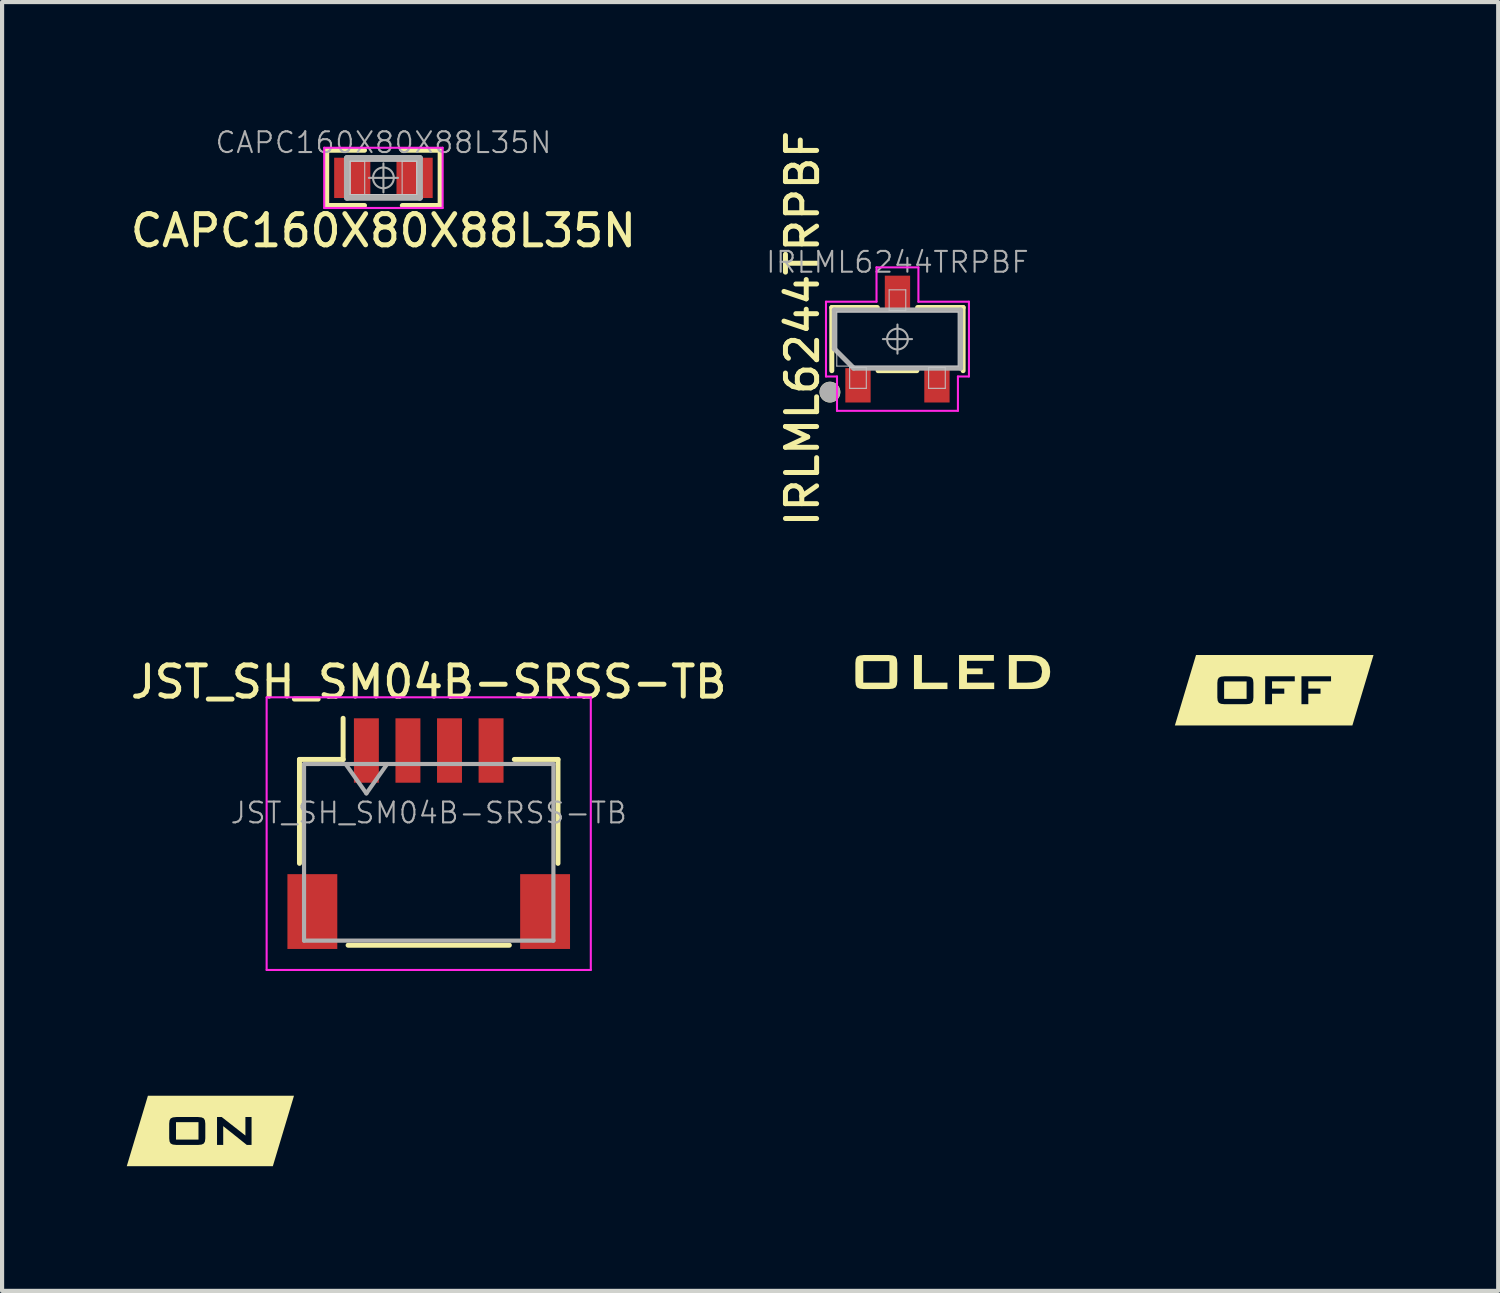
<source format=kicad_pcb>
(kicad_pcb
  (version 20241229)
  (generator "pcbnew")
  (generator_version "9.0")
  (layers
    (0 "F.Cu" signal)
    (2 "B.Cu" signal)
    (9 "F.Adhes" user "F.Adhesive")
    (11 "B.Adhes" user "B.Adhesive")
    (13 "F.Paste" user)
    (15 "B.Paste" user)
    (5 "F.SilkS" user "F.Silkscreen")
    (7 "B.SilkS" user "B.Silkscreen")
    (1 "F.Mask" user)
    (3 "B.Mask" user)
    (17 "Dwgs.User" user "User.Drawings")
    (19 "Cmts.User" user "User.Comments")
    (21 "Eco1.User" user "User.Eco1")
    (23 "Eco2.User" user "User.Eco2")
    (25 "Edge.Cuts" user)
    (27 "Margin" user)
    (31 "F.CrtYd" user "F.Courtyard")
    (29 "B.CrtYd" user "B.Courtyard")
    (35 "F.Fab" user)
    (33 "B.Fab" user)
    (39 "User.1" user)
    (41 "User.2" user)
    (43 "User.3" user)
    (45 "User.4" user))
  (footprint "CAPC160X80X88L35N"
    (layer "F.Cu")
    (at 6.176 1.23)
    (property "Reference" "CAPC160X80X88L35N" (at 0 1.27 0) (layer "F.SilkS") (effects (font (size 0.75 0.75) (thickness 0.12))))
    (attr smd)
    (fp_line (start -1.365 -0.665) (end -0.455 -0.665) (stroke (width 0.12) (type solid)) (layer "F.SilkS"))
    (fp_line (start -1.365 0.665) (end -1.365 -0.665) (stroke (width 0.12) (type solid)) (layer "F.SilkS"))
    (fp_line (start -0.455 0.665) (end -1.365 0.665) (stroke (width 0.12) (type solid)) (layer "F.SilkS"))
    (fp_line (start 0.455 0.665) (end 1.365 0.665) (stroke (width 0.12) (type solid)) (layer "F.SilkS"))
    (fp_line (start 1.365 -0.665) (end 0.455 -0.665) (stroke (width 0.12) (type solid)) (layer "F.SilkS"))
    (fp_line (start 1.365 0.665) (end 1.365 -0.665) (stroke (width 0.12) (type solid)) (layer "F.SilkS"))
    (fp_line (start -0.8 -0.4) (end -0.45 -0.4) (stroke (width 0.025) (type solid)) (layer "Dwgs.User"))
    (fp_line (start -0.8 -0.4) (end 0.8 -0.4) (stroke (width 0.025) (type solid)) (layer "Dwgs.User"))
    (fp_line (start -0.8 0.4) (end -0.8 -0.4) (stroke (width 0.025) (type solid)) (layer "Dwgs.User"))
    (fp_line (start -0.8 0.4) (end -0.8 -0.4) (stroke (width 0.025) (type solid)) (layer "Dwgs.User"))
    (fp_line (start -0.45 -0.4) (end -0.45 0.4) (stroke (width 0.025) (type solid)) (layer "Dwgs.User"))
    (fp_line (start -0.45 0.4) (end -0.8 0.4) (stroke (width 0.025) (type solid)) (layer "Dwgs.User"))
    (fp_line (start 0.45 -0.4) (end 0.8 -0.4) (stroke (width 0.025) (type solid)) (layer "Dwgs.User"))
    (fp_line (start 0.45 0.4) (end 0.45 -0.4) (stroke (width 0.025) (type solid)) (layer "Dwgs.User"))
    (fp_line (start 0.8 -0.4) (end 0.8 0.4) (stroke (width 0.025) (type solid)) (layer "Dwgs.User"))
    (fp_line (start 0.8 -0.4) (end 0.8 0.4) (stroke (width 0.025) (type solid)) (layer "Dwgs.User"))
    (fp_line (start 0.8 0.4) (end -0.8 0.4) (stroke (width 0.025) (type solid)) (layer "Dwgs.User"))
    (fp_line (start 0.8 0.4) (end 0.45 0.4) (stroke (width 0.025) (type solid)) (layer "Dwgs.User"))
    (fp_line (start -1.425 -0.725) (end 1.425 -0.725) (stroke (width 0.05) (type solid)) (layer "F.CrtYd"))
    (fp_line (start -1.425 0.725) (end -1.425 -0.725) (stroke (width 0.05) (type solid)) (layer "F.CrtYd"))
    (fp_line (start 1.425 -0.725) (end 1.425 0.725) (stroke (width 0.05) (type solid)) (layer "F.CrtYd"))
    (fp_line (start 1.425 0.725) (end -1.425 0.725) (stroke (width 0.05) (type solid)) (layer "F.CrtYd"))
    (fp_line (start -0.875 -0.475) (end 0.875 -0.475) (stroke (width 0.15) (type solid)) (layer "F.Fab"))
    (fp_line (start -0.875 0.475) (end -0.875 -0.475) (stroke (width 0.15) (type solid)) (layer "F.Fab"))
    (fp_line (start 0 -0.35) (end 0 0.35) (stroke (width 0.05) (type solid)) (layer "F.Fab"))
    (fp_line (start 0.35 0) (end -0.35 0) (stroke (width 0.05) (type solid)) (layer "F.Fab"))
    (fp_line (start 0.875 -0.475) (end 0.875 0.475) (stroke (width 0.15) (type solid)) (layer "F.Fab"))
    (fp_line (start 0.875 0.475) (end -0.875 0.475) (stroke (width 0.15) (type solid)) (layer "F.Fab"))
    (fp_circle (center 0 0) (end 0.25 0) (stroke (width 0.05) (type solid)) (fill no) (layer "F.Fab"))
    (fp_text user "${REFERENCE}" (at 0 -0.85 0) (layer "F.Fab") (effects (font (size 0.5 0.5) (thickness 0.05))))
    (pad "1" smd rect (at -0.75 0) (size 0.871 0.97) (layers "F.Cu" "F.Mask" "F.Paste"))
    (pad "2" smd rect (at 0.75 0) (size 0.871 0.97) (layers "F.Cu" "F.Mask" "F.Paste")))
  (footprint "IRLML6244TRPBF"
    (layer "F.Cu")
    (at 18.545 5.109)
    (property "Reference" "IRLML6244TRPBF" (at -2.286 -0.254 270) (layer "F.SilkS") (effects (font (size 0.75 0.75) (thickness 0.12))))
    (attr smd)
    (fp_line (start -1.58 -0.76) (end -0.485 -0.76) (stroke (width 0.12) (type solid)) (layer "F.SilkS"))
    (fp_line (start -1.58 0.76) (end -1.58 -0.76) (stroke (width 0.12) (type solid)) (layer "F.SilkS"))
    (fp_line (start 0.466 0.76) (end -0.466 0.76) (stroke (width 0.12) (type solid)) (layer "F.SilkS"))
    (fp_line (start 0.485 -0.76) (end 1.58 -0.76) (stroke (width 0.12) (type solid)) (layer "F.SilkS"))
    (fp_line (start 1.58 -0.76) (end 1.58 0.76) (stroke (width 0.12) (type solid)) (layer "F.SilkS"))
    (fp_circle (center -1.625 1.276) (end -1.625 1.401) (stroke (width 0.25) (type solid)) (fill no) (layer "F.SilkS"))
    (fp_line (start -1.46 -0.65) (end 1.46 -0.65) (stroke (width 0.025) (type solid)) (layer "Dwgs.User"))
    (fp_line (start -1.46 0.65) (end -1.46 -0.65) (stroke (width 0.025) (type solid)) (layer "Dwgs.User"))
    (fp_line (start -1.15 0.685) (end -0.75 0.685) (stroke (width 0.025) (type solid)) (layer "Dwgs.User"))
    (fp_line (start -1.15 1.185) (end -1.15 0.685) (stroke (width 0.025) (type solid)) (layer "Dwgs.User"))
    (fp_line (start -0.75 0.685) (end -0.75 1.185) (stroke (width 0.025) (type solid)) (layer "Dwgs.User"))
    (fp_line (start -0.75 1.185) (end -1.15 1.185) (stroke (width 0.025) (type solid)) (layer "Dwgs.User"))
    (fp_line (start -0.2 -1.185) (end 0.2 -1.185) (stroke (width 0.025) (type solid)) (layer "Dwgs.User"))
    (fp_line (start -0.2 -0.685) (end -0.2 -1.185) (stroke (width 0.025) (type solid)) (layer "Dwgs.User"))
    (fp_line (start 0.2 -1.185) (end 0.2 -0.685) (stroke (width 0.025) (type solid)) (layer "Dwgs.User"))
    (fp_line (start 0.2 -0.685) (end -0.2 -0.685) (stroke (width 0.025) (type solid)) (layer "Dwgs.User"))
    (fp_line (start 0.75 0.685) (end 1.15 0.685) (stroke (width 0.025) (type solid)) (layer "Dwgs.User"))
    (fp_line (start 0.75 1.185) (end 0.75 0.685) (stroke (width 0.025) (type solid)) (layer "Dwgs.User"))
    (fp_line (start 1.15 0.685) (end 1.15 1.185) (stroke (width 0.025) (type solid)) (layer "Dwgs.User"))
    (fp_line (start 1.15 1.185) (end 0.75 1.185) (stroke (width 0.025) (type solid)) (layer "Dwgs.User"))
    (fp_line (start 1.46 -0.65) (end 1.46 0.65) (stroke (width 0.025) (type solid)) (layer "Dwgs.User"))
    (fp_line (start 1.46 0.65) (end -1.46 0.65) (stroke (width 0.025) (type solid)) (layer "Dwgs.User"))
    (fp_line (start -1.72 -0.9) (end -1.72 0.9) (stroke (width 0.05) (type solid)) (layer "F.CrtYd"))
    (fp_line (start -1.72 0.9) (end -1.455 0.9) (stroke (width 0.05) (type solid)) (layer "F.CrtYd"))
    (fp_line (start -1.455 0.9) (end -1.455 1.726) (stroke (width 0.05) (type solid)) (layer "F.CrtYd"))
    (fp_line (start -1.455 1.726) (end 1.455 1.726) (stroke (width 0.05) (type solid)) (layer "F.CrtYd"))
    (fp_line (start -0.504 -1.726) (end -0.504 -0.9) (stroke (width 0.05) (type solid)) (layer "F.CrtYd"))
    (fp_line (start -0.504 -0.9) (end -1.72 -0.9) (stroke (width 0.05) (type solid)) (layer "F.CrtYd"))
    (fp_line (start 0.504 -1.726) (end -0.504 -1.726) (stroke (width 0.05) (type solid)) (layer "F.CrtYd"))
    (fp_line (start 0.504 -0.9) (end 0.504 -1.726) (stroke (width 0.05) (type solid)) (layer "F.CrtYd"))
    (fp_line (start 1.455 0.9) (end 1.72 0.9) (stroke (width 0.05) (type solid)) (layer "F.CrtYd"))
    (fp_line (start 1.455 1.726) (end 1.455 0.9) (stroke (width 0.05) (type solid)) (layer "F.CrtYd"))
    (fp_line (start 1.72 -0.9) (end 0.504 -0.9) (stroke (width 0.05) (type solid)) (layer "F.CrtYd"))
    (fp_line (start 1.72 0.9) (end 1.72 -0.9) (stroke (width 0.05) (type solid)) (layer "F.CrtYd"))
    (fp_line (start -1.52 -0.7) (end 1.52 -0.7) (stroke (width 0.12) (type solid)) (layer "F.Fab"))
    (fp_line (start -1.52 0.233) (end -1.52 -0.7) (stroke (width 0.12) (type solid)) (layer "F.Fab"))
    (fp_line (start -1.053 0.7) (end -1.52 0.233) (stroke (width 0.12) (type solid)) (layer "F.Fab"))
    (fp_line (start -0.35 0) (end 0.35 0) (stroke (width 0.05) (type solid)) (layer "F.Fab"))
    (fp_line (start 0 -0.35) (end 0 0.35) (stroke (width 0.05) (type solid)) (layer "F.Fab"))
    (fp_line (start 1.52 -0.7) (end 1.52 0.7) (stroke (width 0.12) (type solid)) (layer "F.Fab"))
    (fp_line (start 1.52 0.7) (end -1.053 0.7) (stroke (width 0.12) (type solid)) (layer "F.Fab"))
    (fp_circle (center -1.625 1.276) (end -1.5 1.276) (stroke (width 0.25) (type solid)) (fill no) (layer "F.Fab"))
    (fp_circle (center 0 0) (end 0.25 0) (stroke (width 0.05) (type solid)) (fill no) (layer "F.Fab"))
    (fp_text user "${REFERENCE}" (at 0 -1.85 0) (layer "F.Fab") (effects (font (size 0.5 0.5) (thickness 0.05))))
    (pad "1" smd rect (at -0.95 1.113 90) (size 0.826 0.609) (layers "F.Cu" "F.Mask" "F.Paste"))
    (pad "2" smd rect (at 0.95 1.113 90) (size 0.826 0.609) (layers "F.Cu" "F.Mask" "F.Paste"))
    (pad "3" smd rect (at 0 -1.113 90) (size 0.826 0.609) (layers "F.Cu" "F.Mask" "F.Paste")))
  (footprint "JST_SH_SM04B-SRSS-TB"
    (layer "F.Cu")
    (at 7.266 17.009)
    (property "Reference" "JST_SH_SM04B-SRSS-TB" (at 0 -3.65 0) (unlocked yes) (layer "F.SilkS") (effects (font (size 0.75 0.75) (thickness 0.12))))
    (attr smd)
    (fp_line (start -3.11 -1.785) (end -2.06 -1.785) (stroke (width 0.12) (type solid)) (layer "F.SilkS"))
    (fp_line (start -3.11 0.715) (end -3.11 -1.785) (stroke (width 0.12) (type solid)) (layer "F.SilkS"))
    (fp_line (start -2.06 -1.785) (end -2.06 -2.775) (stroke (width 0.12) (type solid)) (layer "F.SilkS"))
    (fp_line (start -1.94 2.685) (end 1.94 2.685) (stroke (width 0.12) (type solid)) (layer "F.SilkS"))
    (fp_line (start 3.11 -1.785) (end 2.06 -1.785) (stroke (width 0.12) (type solid)) (layer "F.SilkS"))
    (fp_line (start 3.11 0.715) (end 3.11 -1.785) (stroke (width 0.12) (type solid)) (layer "F.SilkS"))
    (fp_line (start -3.9 -3.28) (end -3.9 3.28) (stroke (width 0.05) (type solid)) (layer "F.CrtYd"))
    (fp_line (start -3.9 3.28) (end 3.9 3.28) (stroke (width 0.05) (type solid)) (layer "F.CrtYd"))
    (fp_line (start 3.9 -3.28) (end -3.9 -3.28) (stroke (width 0.05) (type solid)) (layer "F.CrtYd"))
    (fp_line (start 3.9 3.28) (end 3.9 -3.28) (stroke (width 0.05) (type solid)) (layer "F.CrtYd"))
    (fp_line (start -3 -1.675) (end -3 2.575) (stroke (width 0.1) (type solid)) (layer "F.Fab"))
    (fp_line (start -3 -1.675) (end 3 -1.675) (stroke (width 0.1) (type solid)) (layer "F.Fab"))
    (fp_line (start -3 2.575) (end 3 2.575) (stroke (width 0.1) (type solid)) (layer "F.Fab"))
    (fp_line (start -2 -1.675) (end -1.5 -0.968) (stroke (width 0.1) (type solid)) (layer "F.Fab"))
    (fp_line (start -1.5 -0.968) (end -1 -1.675) (stroke (width 0.1) (type solid)) (layer "F.Fab"))
    (fp_line (start 3 -1.675) (end 3 2.575) (stroke (width 0.1) (type solid)) (layer "F.Fab"))
    (fp_text user "${REFERENCE}" (at 0 -0.5 180) (layer "F.Fab") (effects (font (size 0.5 0.5) (thickness 0.05))))
    (pad "" smd rect (at -2.8 1.875) (size 1.2 1.8) (layers "F.Cu" "F.Mask" "F.Paste"))
    (pad "" smd rect (at 2.8 1.875) (size 1.2 1.8) (layers "F.Cu" "F.Mask" "F.Paste"))
    (pad "1" smd rect (at -1.5 -2) (size 0.6 1.55) (layers "F.Cu" "F.Mask" "F.Paste"))
    (pad "2" smd rect (at -0.5 -2) (size 0.6 1.55) (layers "F.Cu" "F.Mask" "F.Paste"))
    (pad "3" smd rect (at 0.5 -2) (size 0.6 1.55) (layers "F.Cu" "F.Mask" "F.Paste"))
    (pad "4" smd rect (at 1.5 -2) (size 0.6 1.55) (layers "F.Cu" "F.Mask" "F.Paste")))
  (footprint "kibuzzard-64039D84"
    (layer "F.Cu")
    (at 2.012 24.164)
    (property "Reference" "kibuzzard-64039D84" (at 0 -0.849 0) (layer "F.SilkS") (effects (font (size 0.001 0.001) (thickness 0.000003))))
    (attr board_only exclude_from_pos_files exclude_from_bom)
    (fp_poly (pts (xy -0.827 0.207) (xy -0.286 0.207) (xy -0.286 -0.212) (xy -0.827 -0.212) (xy -0.827 0.207)) (stroke (width 0) (type solid)) (fill yes) (layer "F.SilkS"))
    (fp_poly (pts (xy -0.991 -0.848) (xy -0.991 -0.178) (xy -0.982 -0.254) (xy -0.955 -0.302) (xy -0.902 -0.327) (xy -0.816 -0.336) (xy -0.297 -0.336) (xy -0.21 -0.327) (xy -0.158 -0.302) (xy -0.131 -0.254) (xy -0.122 -0.178) (xy -0.122 0.177) (xy -0.131 0.254) (xy -0.159 0.302) (xy -0.211 0.327) (xy -0.297 0.336) (xy -0.816 0.336) (xy -0.902 0.327) (xy -0.955 0.302) (xy -0.982 0.254) (xy -0.991 0.177) (xy -0.991 -0.178) (xy -0.991 -0.848) (xy -1.503 -0.848) (xy -2.012 0.848) (xy 0.16 0.336) (xy 0.16 -0.336) (xy 0.273 -0.336) (xy 0.843 0.11) (xy 0.843 -0.336) (xy 0.991 -0.336) (xy 0.991 0.336) (xy 0.877 0.336) (xy 0.309 -0.117) (xy 0.309 0.336) (xy 0.16 0.336) (xy -2.012 0.848) (xy -1.503 0.848) (xy -0.991 0.848) (xy 0.991 0.848) (xy 1.503 0.848) (xy 2.012 -0.848) (xy 1.503 -0.848) (xy 0.991 -0.848) (xy -0.991 -0.848)) (stroke (width 0) (type solid)) (fill yes) (layer "F.SilkS")))
  (footprint "kibuzzard-63A143BA"
    (layer "F.Cu")
    (at 19.876 13.121)
    (property "Reference" "kibuzzard-63A143BA" (at 0 -0.41 0) (layer "F.SilkS") (effects (font (size 0.001 0.001) (thickness 0.000003))))
    (attr board_only exclude_from_pos_files exclude_from_bom)
    (fp_poly (pts (xy -0.934 0.41) (xy -0.934 -0.41) (xy -0.743 -0.41) (xy -0.743 0.255) (xy -0.128 0.255) (xy -0.128 0.41) (xy -0.934 0.41)) (stroke (width 0) (type solid)) (fill yes) (layer "F.SilkS"))
    (fp_poly (pts (xy 0.151 0.41) (xy 0.151 -0.41) (xy 0.989 -0.41) (xy 0.989 -0.27) (xy 0.341 -0.27) (xy 0.341 -0.087) (xy 0.72 -0.087) (xy 0.72 0.052) (xy 0.341 0.052) (xy 0.341 0.255) (xy 0.997 0.255) (xy 0.997 0.41) (xy 0.151 0.41)) (stroke (width 0) (type solid)) (fill yes) (layer "F.SilkS"))
    (fp_poly (pts (xy -2.344 -0.216) (xy -2.154 0.255) (xy -1.525 0.255) (xy -1.525 -0.263) (xy -2.154 -0.263) (xy -2.154 0.255) (xy -2.344 -0.216) (xy -2.334 -0.31) (xy -2.303 -0.369) (xy -2.241 -0.399) (xy -2.141 -0.41) (xy -1.538 -0.41) (xy -1.438 -0.399) (xy -1.377 -0.369) (xy -1.346 -0.31) (xy -1.335 -0.216) (xy -1.335 0.216) (xy -1.346 0.31) (xy -1.377 0.369) (xy -1.438 0.399) (xy -1.538 0.41) (xy -2.141 0.41) (xy -2.241 0.399) (xy -2.303 0.369) (xy -2.334 0.31) (xy -2.344 0.216) (xy -2.344 -0.216)) (stroke (width 0) (type solid)) (fill yes) (layer "F.SilkS"))
    (fp_poly (pts (xy 1.349 0.41) (xy 1.54 0.255) (xy 1.786 0.255) (xy 1.905 0.249) (xy 1.998 0.228) (xy 2.065 0.194) (xy 2.127 0.113) (xy 2.148 -0.008) (xy 2.13 -0.119) (xy 2.079 -0.198) (xy 1.995 -0.247) (xy 1.878 -0.263) (xy 1.54 -0.263) (xy 1.54 0.255) (xy 1.349 0.41) (xy 1.349 -0.41) (xy 1.876 -0.41) (xy 2.015 -0.398) (xy 2.131 -0.363) (xy 2.223 -0.304) (xy 2.291 -0.224) (xy 2.331 -0.124) (xy 2.344 -0.005) (xy 2.333 0.104) (xy 2.297 0.202) (xy 2.24 0.284) (xy 2.164 0.346) (xy 2.104 0.375) (xy 2.031 0.395) (xy 1.94 0.406) (xy 1.827 0.41) (xy 1.349 0.41)) (stroke (width 0) (type solid)) (fill yes) (layer "F.SilkS")))
  (footprint "kibuzzard-64039D9C"
    (layer "F.Cu")
    (at 27.61 13.559)
    (property "Reference" "kibuzzard-64039D9C" (at 0 -0.849 180) (layer "F.SilkS") (effects (font (size 0.001 0.001) (thickness 0.000003))))
    (attr board_only exclude_from_pos_files exclude_from_bom)
    (fp_poly (pts (xy -1.205 0.207) (xy -0.664 0.207) (xy -0.664 -0.212) (xy -1.205 -0.212) (xy -1.205 0.207)) (stroke (width 0) (type solid)) (fill yes) (layer "F.SilkS"))
    (fp_poly (pts (xy -1.368 -0.848) (xy -1.368 -0.178) (xy -1.359 -0.254) (xy -1.332 -0.302) (xy -1.28 -0.327) (xy -1.194 -0.336) (xy -0.674 -0.336) (xy -0.588 -0.327) (xy -0.535 -0.302) (xy -0.509 -0.254) (xy -0.5 -0.178) (xy -0.5 0.177) (xy -0.509 0.254) (xy -0.536 0.302) (xy -0.589 0.327) (xy -0.674 0.336) (xy -1.194 0.336) (xy -1.28 0.327) (xy -1.332 0.302) (xy -1.359 0.254) (xy -1.368 0.177) (xy -1.368 -0.178) (xy -1.368 -0.848) (xy -1.881 -0.848) (xy -2.39 0.848) (xy -0.217 0.336) (xy -0.217 -0.336) (xy 0.495 -0.336) (xy 0.495 -0.215) (xy -0.052 -0.215) (xy -0.052 -0.04) (xy 0.243 -0.04) (xy 0.243 0.084) (xy -0.052 0.084) (xy -0.052 0.336) (xy -0.217 0.336) (xy -2.39 0.848) (xy -1.881 0.848) (xy 0.656 0.336) (xy 0.656 -0.336) (xy 1.368 -0.336) (xy 1.368 -0.215) (xy 0.821 -0.215) (xy 0.821 -0.04) (xy 1.115 -0.04) (xy 1.115 0.084) (xy 0.821 0.084) (xy 0.821 0.336) (xy 0.656 0.336) (xy -1.881 0.848) (xy -1.368 0.848) (xy 1.368 0.848) (xy 1.881 0.848) (xy 2.39 -0.848) (xy 1.881 -0.848) (xy 1.368 -0.848) (xy -1.368 -0.848)) (stroke (width 0) (type solid)) (fill yes) (layer "F.SilkS")))
  (gr_rect
    (start -3 -3)
    (end 33 28.012)
    (stroke (width 0.1) (type default))
    (fill no)
    (layer "Edge.Cuts")))
</source>
